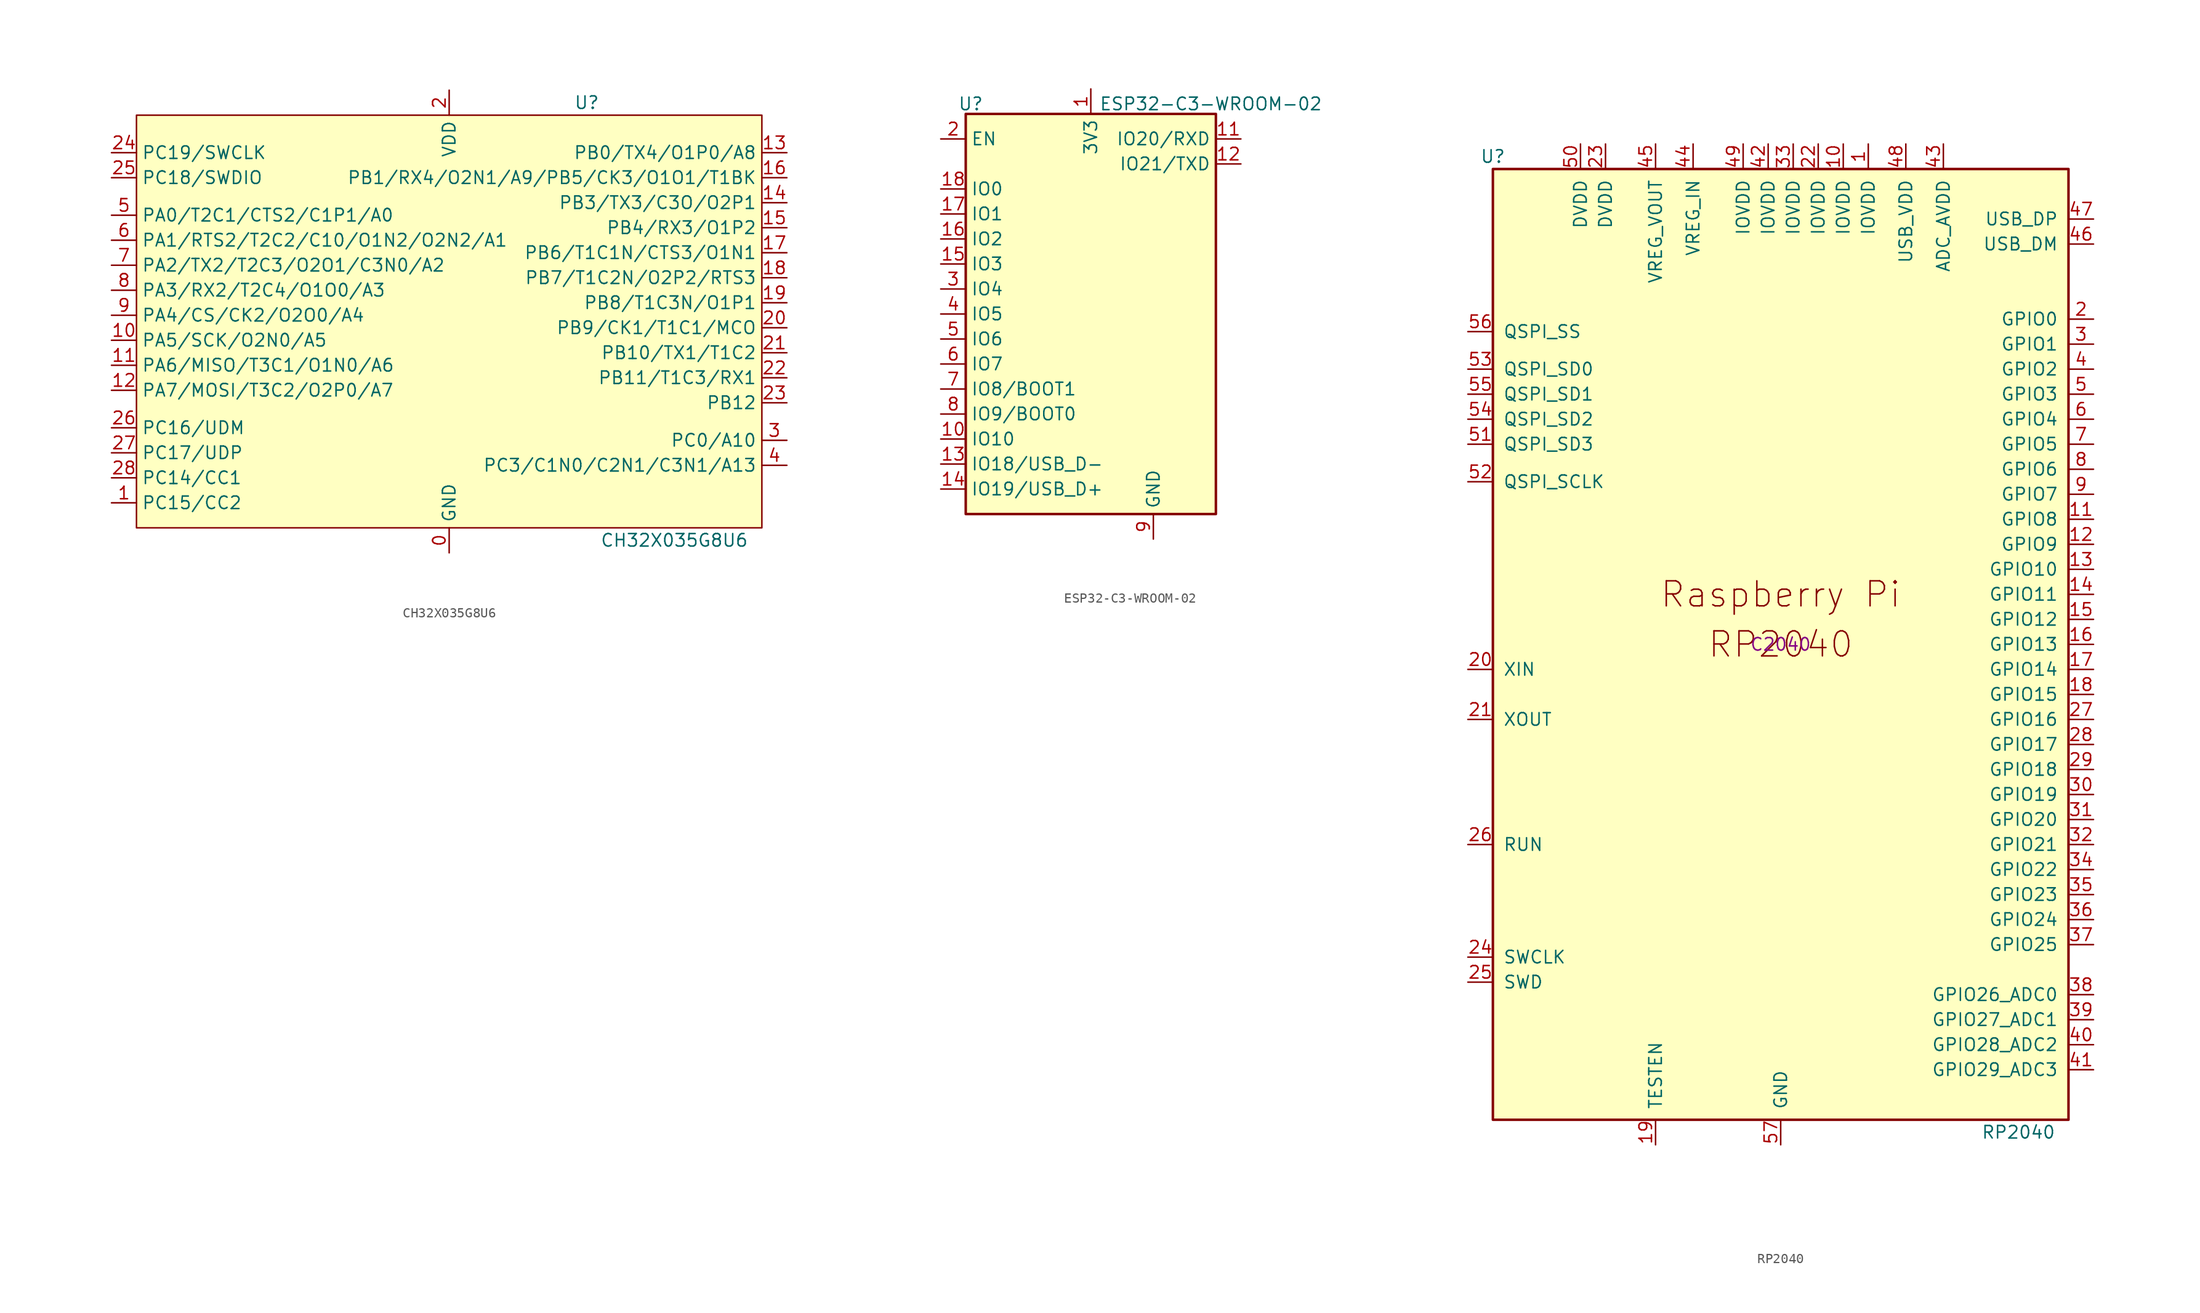
<source format=kicad_sym>
(kicad_symbol_lib
  (version 20241209)
  (generator "kicad_symbol_editor")
  (generator_version "9.0")
  (symbol "CH32X035G8U6"
    (property "Reference" "U"
      (at 13.97 3.81 0)
      (effects (font (size 1.27 1.27))))
    (property "Value" "CH32X035G8U6"
      (at 22.86 -40.64 0)
      (effects (font (size 1.27 1.27))))
    (symbol "CH32X035G8U6_0_1"
      (rectangle (start -31.75 2.54) (end 31.75 -39.37) (stroke (width 0) (type default)) (fill (type background))))
    (symbol "CH32X035G8U6_1_1"
      (pin bidirectional line (at -34.29 -1.27 0) (length 2.54) (name "PC19/SWCLK" (effects (font (size 1.27 1.27)))) (number "24" (effects (font (size 1.27 1.27)))))
      (pin bidirectional line (at -34.29 -3.81 0) (length 2.54) (name "PC18/SWDIO" (effects (font (size 1.27 1.27)))) (number "25" (effects (font (size 1.27 1.27)))))
      (pin bidirectional line (at -34.29 -7.62 0) (length 2.54) (name "PA0/T2C1/CTS2/C1P1/A0" (effects (font (size 1.27 1.27)))) (number "5" (effects (font (size 1.27 1.27)))))
      (pin bidirectional line (at -34.29 -10.16 0) (length 2.54) (name "PA1/RTS2/T2C2/C10/O1N2/O2N2/A1" (effects (font (size 1.27 1.27)))) (number "6" (effects (font (size 1.27 1.27)))))
      (pin bidirectional line (at -34.29 -12.7 0) (length 2.54) (name "PA2/TX2/T2C3/O2O1/C3N0/A2" (effects (font (size 1.27 1.27)))) (number "7" (effects (font (size 1.27 1.27)))))
      (pin bidirectional line (at -34.29 -15.24 0) (length 2.54) (name "PA3/RX2/T2C4/O1O0/A3" (effects (font (size 1.27 1.27)))) (number "8" (effects (font (size 1.27 1.27)))))
      (pin bidirectional line (at -34.29 -17.78 0) (length 2.54) (name "PA4/CS/CK2/O2O0/A4" (effects (font (size 1.27 1.27)))) (number "9" (effects (font (size 1.27 1.27)))))
      (pin bidirectional line (at -34.29 -20.32 0) (length 2.54) (name "PA5/SCK/O2N0/A5" (effects (font (size 1.27 1.27)))) (number "10" (effects (font (size 1.27 1.27)))))
      (pin bidirectional line (at -34.29 -22.86 0) (length 2.54) (name "PA6/MISO/T3C1/O1N0/A6" (effects (font (size 1.27 1.27)))) (number "11" (effects (font (size 1.27 1.27)))))
      (pin bidirectional line (at -34.29 -25.4 0) (length 2.54) (name "PA7/MOSI/T3C2/O2P0/A7" (effects (font (size 1.27 1.27)))) (number "12" (effects (font (size 1.27 1.27)))))
      (pin bidirectional line (at -34.29 -29.21 0) (length 2.54) (name "PC16/UDM" (effects (font (size 1.27 1.27)))) (number "26" (effects (font (size 1.27 1.27)))))
      (pin bidirectional line (at -34.29 -31.75 0) (length 2.54) (name "PC17/UDP" (effects (font (size 1.27 1.27)))) (number "27" (effects (font (size 1.27 1.27)))))
      (pin bidirectional line (at -34.29 -34.29 0) (length 2.54) (name "PC14/CC1" (effects (font (size 1.27 1.27)))) (number "28" (effects (font (size 1.27 1.27)))))
      (pin bidirectional line (at -34.29 -36.83 0) (length 2.54) (name "PC15/CC2" (effects (font (size 1.27 1.27)))) (number "1" (effects (font (size 1.27 1.27)))))
      (pin power_in line (at 0 5.08 270) (length 2.54) (name "VDD" (effects (font (size 1.27 1.27)))) (number "2" (effects (font (size 1.27 1.27)))))
      (pin power_in line (at 0 -41.91 90) (length 2.54) (name "GND" (effects (font (size 1.27 1.27)))) (number "0" (effects (font (size 1.27 1.27)))))
      (pin bidirectional line (at 34.29 -1.27 180) (length 2.54) (name "PB0/TX4/O1P0/A8" (effects (font (size 1.27 1.27)))) (number "13" (effects (font (size 1.27 1.27)))))
      (pin bidirectional line (at 34.29 -3.81 180) (length 2.54) (name "PB1/RX4/O2N1/A9/PB5/CK3/O1O1/T1BK" (effects (font (size 1.27 1.27)))) (number "16" (effects (font (size 1.27 1.27)))))
      (pin bidirectional line (at 34.29 -6.35 180) (length 2.54) (name "PB3/TX3/C3O/O2P1" (effects (font (size 1.27 1.27)))) (number "14" (effects (font (size 1.27 1.27)))))
      (pin bidirectional line (at 34.29 -8.89 180) (length 2.54) (name "PB4/RX3/O1P2" (effects (font (size 1.27 1.27)))) (number "15" (effects (font (size 1.27 1.27)))))
      (pin bidirectional line (at 34.29 -11.43 180) (length 2.54) (name "PB6/T1C1N/CTS3/O1N1" (effects (font (size 1.27 1.27)))) (number "17" (effects (font (size 1.27 1.27)))))
      (pin bidirectional line (at 34.29 -13.97 180) (length 2.54) (name "PB7/T1C2N/O2P2/RTS3" (effects (font (size 1.27 1.27)))) (number "18" (effects (font (size 1.27 1.27)))))
      (pin bidirectional line (at 34.29 -16.51 180) (length 2.54) (name "PB8/T1C3N/O1P1" (effects (font (size 1.27 1.27)))) (number "19" (effects (font (size 1.27 1.27)))))
      (pin bidirectional line (at 34.29 -19.05 180) (length 2.54) (name "PB9/CK1/T1C1/MCO" (effects (font (size 1.27 1.27)))) (number "20" (effects (font (size 1.27 1.27)))))
      (pin bidirectional line (at 34.29 -21.59 180) (length 2.54) (name "PB10/TX1/T1C2" (effects (font (size 1.27 1.27)))) (number "21" (effects (font (size 1.27 1.27)))))
      (pin bidirectional line (at 34.29 -24.13 180) (length 2.54) (name "PB11/T1C3/RX1" (effects (font (size 1.27 1.27)))) (number "22" (effects (font (size 1.27 1.27)))))
      (pin bidirectional line (at 34.29 -26.67 180) (length 2.54) (name "PB12" (effects (font (size 1.27 1.27)))) (number "23" (effects (font (size 1.27 1.27)))))
      (pin bidirectional line (at 34.29 -30.48 180) (length 2.54) (name "PC0/A10" (effects (font (size 1.27 1.27)))) (number "3" (effects (font (size 1.27 1.27)))))
      (pin bidirectional line (at 34.29 -33.02 180) (length 2.54) (name "PC3/C1N0/C2N1/C3N1/A13" (effects (font (size 1.27 1.27)))) (number "4" (effects (font (size 1.27 1.27)))))))
  (symbol "ESP32-C3-WROOM-02"
    (property "Reference" "U"
      (at -12.192 21.336 0)
      (effects (font (size 1.27 1.27))))
    (property "Value" "ESP32-C3-WROOM-02"
      (at 12.192 21.336 0)
      (effects (font (size 1.27 1.27))))
    (symbol "ESP32-C3-WROOM-02_1_1"
      (rectangle (start -12.7 20.32) (end 12.7 -20.32) (stroke (width 0.254) (type default)) (fill (type background)))
      (pin input line (at -15.24 17.78 0) (length 2.54) (name "EN" (effects (font (size 1.27 1.27)))) (number "2" (effects (font (size 1.27 1.27)))))
      (pin bidirectional line (at -15.24 12.7 0) (length 2.54) (name "IO0" (effects (font (size 1.27 1.27)))) (number "18" (effects (font (size 1.27 1.27)))))
      (pin bidirectional line (at -15.24 10.16 0) (length 2.54) (name "IO1" (effects (font (size 1.27 1.27)))) (number "17" (effects (font (size 1.27 1.27)))))
      (pin bidirectional line (at -15.24 7.62 0) (length 2.54) (name "IO2" (effects (font (size 1.27 1.27)))) (number "16" (effects (font (size 1.27 1.27)))))
      (pin bidirectional line (at -15.24 5.08 0) (length 2.54) (name "IO3" (effects (font (size 1.27 1.27)))) (number "15" (effects (font (size 1.27 1.27)))))
      (pin bidirectional line (at -15.24 2.54 0) (length 2.54) (name "IO4" (effects (font (size 1.27 1.27)))) (number "3" (effects (font (size 1.27 1.27)))))
      (pin bidirectional line (at -15.24 0 0) (length 2.54) (name "IO5" (effects (font (size 1.27 1.27)))) (number "4" (effects (font (size 1.27 1.27)))))
      (pin bidirectional line (at -15.24 -2.54 0) (length 2.54) (name "IO6" (effects (font (size 1.27 1.27)))) (number "5" (effects (font (size 1.27 1.27)))))
      (pin bidirectional line (at -15.24 -5.08 0) (length 2.54) (name "IO7" (effects (font (size 1.27 1.27)))) (number "6" (effects (font (size 1.27 1.27)))))
      (pin bidirectional line (at -15.24 -7.62 0) (length 2.54) (name "IO8/BOOT1" (effects (font (size 1.27 1.27)))) (number "7" (effects (font (size 1.27 1.27)))))
      (pin bidirectional line (at -15.24 -10.16 0) (length 2.54) (name "IO9/BOOT0" (effects (font (size 1.27 1.27)))) (number "8" (effects (font (size 1.27 1.27)))))
      (pin bidirectional line (at -15.24 -12.7 0) (length 2.54) (name "IO10" (effects (font (size 1.27 1.27)))) (number "10" (effects (font (size 1.27 1.27)))))
      (pin bidirectional line (at -15.24 -15.24 0) (length 2.54) (name "IO18/USB_D-" (effects (font (size 1.27 1.27)))) (number "13" (effects (font (size 1.27 1.27)))))
      (pin bidirectional line (at -15.24 -17.78 0) (length 2.54) (name "IO19/USB_D+" (effects (font (size 1.27 1.27)))) (number "14" (effects (font (size 1.27 1.27)))))
      (pin power_in line (at 0 22.86 270) (length 2.54) (name "3V3" (effects (font (size 1.27 1.27)))) (number "1" (effects (font (size 1.27 1.27)))))
      (pin passive line (at 6.35 -22.86 90) (length 2.54) (hide yes) (name "GND" (effects (font (size 1.27 1.27)))) (number "19" (effects (font (size 1.27 1.27)))))
      (pin power_in line (at 6.35 -22.86 90) (length 2.54) (name "GND" (effects (font (size 1.27 1.27)))) (number "9" (effects (font (size 1.27 1.27)))))
      (pin bidirectional line (at 15.24 17.78 180) (length 2.54) (name "IO20/RXD" (effects (font (size 1.27 1.27)))) (number "11" (effects (font (size 1.27 1.27)))))
      (pin bidirectional line (at 15.24 15.24 180) (length 2.54) (name "IO21/TXD" (effects (font (size 1.27 1.27)))) (number "12" (effects (font (size 1.27 1.27)))))))
  (symbol "RP2040"
    (pin_names
      (offset 1.016))
    (property "Reference" "U"
      (at -29.21 49.53 0)
      (effects (font (size 1.27 1.27))))
    (property "Value" "RP2040"
      (at 24.13 -49.53 0)
      (effects (font (size 1.27 1.27))))
    (property "MPN" "C2040"
      (at 0 0 0)
      (effects (font (size 1.27 1.27))))
    (symbol "RP2040_0_0"
      (text "Raspberry Pi" (at 0 5.08 0) (effects (font (size 2.54 2.54))))
      (text "RP2040" (at 0 0 0) (effects (font (size 2.54 2.54)))))
    (symbol "RP2040_0_1"
      (rectangle (start 29.21 48.26) (end -29.21 -48.26) (stroke (width 0.254) (type default)) (fill (type background))))
    (symbol "RP2040_1_1"
      (pin bidirectional line (at -31.75 31.75 0) (length 2.54) (name "QSPI_SS" (effects (font (size 1.27 1.27)))) (number "56" (effects (font (size 1.27 1.27)))))
      (pin bidirectional line (at -31.75 27.94 0) (length 2.54) (name "QSPI_SD0" (effects (font (size 1.27 1.27)))) (number "53" (effects (font (size 1.27 1.27)))))
      (pin bidirectional line (at -31.75 25.4 0) (length 2.54) (name "QSPI_SD1" (effects (font (size 1.27 1.27)))) (number "55" (effects (font (size 1.27 1.27)))))
      (pin bidirectional line (at -31.75 22.86 0) (length 2.54) (name "QSPI_SD2" (effects (font (size 1.27 1.27)))) (number "54" (effects (font (size 1.27 1.27)))))
      (pin bidirectional line (at -31.75 20.32 0) (length 2.54) (name "QSPI_SD3" (effects (font (size 1.27 1.27)))) (number "51" (effects (font (size 1.27 1.27)))))
      (pin output line (at -31.75 16.51 0) (length 2.54) (name "QSPI_SCLK" (effects (font (size 1.27 1.27)))) (number "52" (effects (font (size 1.27 1.27)))))
      (pin input line (at -31.75 -2.54 0) (length 2.54) (name "XIN" (effects (font (size 1.27 1.27)))) (number "20" (effects (font (size 1.27 1.27)))))
      (pin passive line (at -31.75 -7.62 0) (length 2.54) (name "XOUT" (effects (font (size 1.27 1.27)))) (number "21" (effects (font (size 1.27 1.27)))))
      (pin input line (at -31.75 -20.32 0) (length 2.54) (name "RUN" (effects (font (size 1.27 1.27)))) (number "26" (effects (font (size 1.27 1.27)))))
      (pin output line (at -31.75 -31.75 0) (length 2.54) (name "SWCLK" (effects (font (size 1.27 1.27)))) (number "24" (effects (font (size 1.27 1.27)))))
      (pin bidirectional line (at -31.75 -34.29 0) (length 2.54) (name "SWD" (effects (font (size 1.27 1.27)))) (number "25" (effects (font (size 1.27 1.27)))))
      (pin power_in line (at -20.32 50.8 270) (length 2.54) (name "DVDD" (effects (font (size 1.27 1.27)))) (number "50" (effects (font (size 1.27 1.27)))))
      (pin power_in line (at -17.78 50.8 270) (length 2.54) (name "DVDD" (effects (font (size 1.27 1.27)))) (number "23" (effects (font (size 1.27 1.27)))))
      (pin power_out line (at -12.7 50.8 270) (length 2.54) (name "VREG_VOUT" (effects (font (size 1.27 1.27)))) (number "45" (effects (font (size 1.27 1.27)))))
      (pin passive line (at -12.7 -50.8 90) (length 2.54) (name "TESTEN" (effects (font (size 1.27 1.27)))) (number "19" (effects (font (size 1.27 1.27)))))
      (pin power_in line (at -8.89 50.8 270) (length 2.54) (name "VREG_IN" (effects (font (size 1.27 1.27)))) (number "44" (effects (font (size 1.27 1.27)))))
      (pin power_in line (at -3.81 50.8 270) (length 2.54) (name "IOVDD" (effects (font (size 1.27 1.27)))) (number "49" (effects (font (size 1.27 1.27)))))
      (pin power_in line (at -1.27 50.8 270) (length 2.54) (name "IOVDD" (effects (font (size 1.27 1.27)))) (number "42" (effects (font (size 1.27 1.27)))))
      (pin power_in line (at 0 -50.8 90) (length 2.54) (name "GND" (effects (font (size 1.27 1.27)))) (number "57" (effects (font (size 1.27 1.27)))))
      (pin power_in line (at 1.27 50.8 270) (length 2.54) (name "IOVDD" (effects (font (size 1.27 1.27)))) (number "33" (effects (font (size 1.27 1.27)))))
      (pin power_in line (at 3.81 50.8 270) (length 2.54) (name "IOVDD" (effects (font (size 1.27 1.27)))) (number "22" (effects (font (size 1.27 1.27)))))
      (pin power_in line (at 6.35 50.8 270) (length 2.54) (name "IOVDD" (effects (font (size 1.27 1.27)))) (number "10" (effects (font (size 1.27 1.27)))))
      (pin power_in line (at 8.89 50.8 270) (length 2.54) (name "IOVDD" (effects (font (size 1.27 1.27)))) (number "1" (effects (font (size 1.27 1.27)))))
      (pin power_in line (at 12.7 50.8 270) (length 2.54) (name "USB_VDD" (effects (font (size 1.27 1.27)))) (number "48" (effects (font (size 1.27 1.27)))))
      (pin power_in line (at 16.51 50.8 270) (length 2.54) (name "ADC_AVDD" (effects (font (size 1.27 1.27)))) (number "43" (effects (font (size 1.27 1.27)))))
      (pin bidirectional line (at 31.75 43.18 180) (length 2.54) (name "USB_DP" (effects (font (size 1.27 1.27)))) (number "47" (effects (font (size 1.27 1.27)))))
      (pin bidirectional line (at 31.75 40.64 180) (length 2.54) (name "USB_DM" (effects (font (size 1.27 1.27)))) (number "46" (effects (font (size 1.27 1.27)))))
      (pin bidirectional line (at 31.75 33.02 180) (length 2.54) (name "GPIO0" (effects (font (size 1.27 1.27)))) (number "2" (effects (font (size 1.27 1.27)))))
      (pin bidirectional line (at 31.75 30.48 180) (length 2.54) (name "GPIO1" (effects (font (size 1.27 1.27)))) (number "3" (effects (font (size 1.27 1.27)))))
      (pin bidirectional line (at 31.75 27.94 180) (length 2.54) (name "GPIO2" (effects (font (size 1.27 1.27)))) (number "4" (effects (font (size 1.27 1.27)))))
      (pin bidirectional line (at 31.75 25.4 180) (length 2.54) (name "GPIO3" (effects (font (size 1.27 1.27)))) (number "5" (effects (font (size 1.27 1.27)))))
      (pin bidirectional line (at 31.75 22.86 180) (length 2.54) (name "GPIO4" (effects (font (size 1.27 1.27)))) (number "6" (effects (font (size 1.27 1.27)))))
      (pin bidirectional line (at 31.75 20.32 180) (length 2.54) (name "GPIO5" (effects (font (size 1.27 1.27)))) (number "7" (effects (font (size 1.27 1.27)))))
      (pin bidirectional line (at 31.75 17.78 180) (length 2.54) (name "GPIO6" (effects (font (size 1.27 1.27)))) (number "8" (effects (font (size 1.27 1.27)))))
      (pin bidirectional line (at 31.75 15.24 180) (length 2.54) (name "GPIO7" (effects (font (size 1.27 1.27)))) (number "9" (effects (font (size 1.27 1.27)))))
      (pin bidirectional line (at 31.75 12.7 180) (length 2.54) (name "GPIO8" (effects (font (size 1.27 1.27)))) (number "11" (effects (font (size 1.27 1.27)))))
      (pin bidirectional line (at 31.75 10.16 180) (length 2.54) (name "GPIO9" (effects (font (size 1.27 1.27)))) (number "12" (effects (font (size 1.27 1.27)))))
      (pin bidirectional line (at 31.75 7.62 180) (length 2.54) (name "GPIO10" (effects (font (size 1.27 1.27)))) (number "13" (effects (font (size 1.27 1.27)))))
      (pin bidirectional line (at 31.75 5.08 180) (length 2.54) (name "GPIO11" (effects (font (size 1.27 1.27)))) (number "14" (effects (font (size 1.27 1.27)))))
      (pin bidirectional line (at 31.75 2.54 180) (length 2.54) (name "GPIO12" (effects (font (size 1.27 1.27)))) (number "15" (effects (font (size 1.27 1.27)))))
      (pin bidirectional line (at 31.75 0 180) (length 2.54) (name "GPIO13" (effects (font (size 1.27 1.27)))) (number "16" (effects (font (size 1.27 1.27)))))
      (pin bidirectional line (at 31.75 -2.54 180) (length 2.54) (name "GPIO14" (effects (font (size 1.27 1.27)))) (number "17" (effects (font (size 1.27 1.27)))))
      (pin bidirectional line (at 31.75 -5.08 180) (length 2.54) (name "GPIO15" (effects (font (size 1.27 1.27)))) (number "18" (effects (font (size 1.27 1.27)))))
      (pin bidirectional line (at 31.75 -7.62 180) (length 2.54) (name "GPIO16" (effects (font (size 1.27 1.27)))) (number "27" (effects (font (size 1.27 1.27)))))
      (pin bidirectional line (at 31.75 -10.16 180) (length 2.54) (name "GPIO17" (effects (font (size 1.27 1.27)))) (number "28" (effects (font (size 1.27 1.27)))))
      (pin bidirectional line (at 31.75 -12.7 180) (length 2.54) (name "GPIO18" (effects (font (size 1.27 1.27)))) (number "29" (effects (font (size 1.27 1.27)))))
      (pin bidirectional line (at 31.75 -15.24 180) (length 2.54) (name "GPIO19" (effects (font (size 1.27 1.27)))) (number "30" (effects (font (size 1.27 1.27)))))
      (pin bidirectional line (at 31.75 -17.78 180) (length 2.54) (name "GPIO20" (effects (font (size 1.27 1.27)))) (number "31" (effects (font (size 1.27 1.27)))))
      (pin bidirectional line (at 31.75 -20.32 180) (length 2.54) (name "GPIO21" (effects (font (size 1.27 1.27)))) (number "32" (effects (font (size 1.27 1.27)))))
      (pin bidirectional line (at 31.75 -22.86 180) (length 2.54) (name "GPIO22" (effects (font (size 1.27 1.27)))) (number "34" (effects (font (size 1.27 1.27)))))
      (pin bidirectional line (at 31.75 -25.4 180) (length 2.54) (name "GPIO23" (effects (font (size 1.27 1.27)))) (number "35" (effects (font (size 1.27 1.27)))))
      (pin bidirectional line (at 31.75 -27.94 180) (length 2.54) (name "GPIO24" (effects (font (size 1.27 1.27)))) (number "36" (effects (font (size 1.27 1.27)))))
      (pin bidirectional line (at 31.75 -30.48 180) (length 2.54) (name "GPIO25" (effects (font (size 1.27 1.27)))) (number "37" (effects (font (size 1.27 1.27)))))
      (pin bidirectional line (at 31.75 -35.56 180) (length 2.54) (name "GPIO26_ADC0" (effects (font (size 1.27 1.27)))) (number "38" (effects (font (size 1.27 1.27)))))
      (pin bidirectional line (at 31.75 -38.1 180) (length 2.54) (name "GPIO27_ADC1" (effects (font (size 1.27 1.27)))) (number "39" (effects (font (size 1.27 1.27)))))
      (pin bidirectional line (at 31.75 -40.64 180) (length 2.54) (name "GPIO28_ADC2" (effects (font (size 1.27 1.27)))) (number "40" (effects (font (size 1.27 1.27)))))
      (pin bidirectional line (at 31.75 -43.18 180) (length 2.54) (name "GPIO29_ADC3" (effects (font (size 1.27 1.27)))) (number "41" (effects (font (size 1.27 1.27))))))))
</source>
